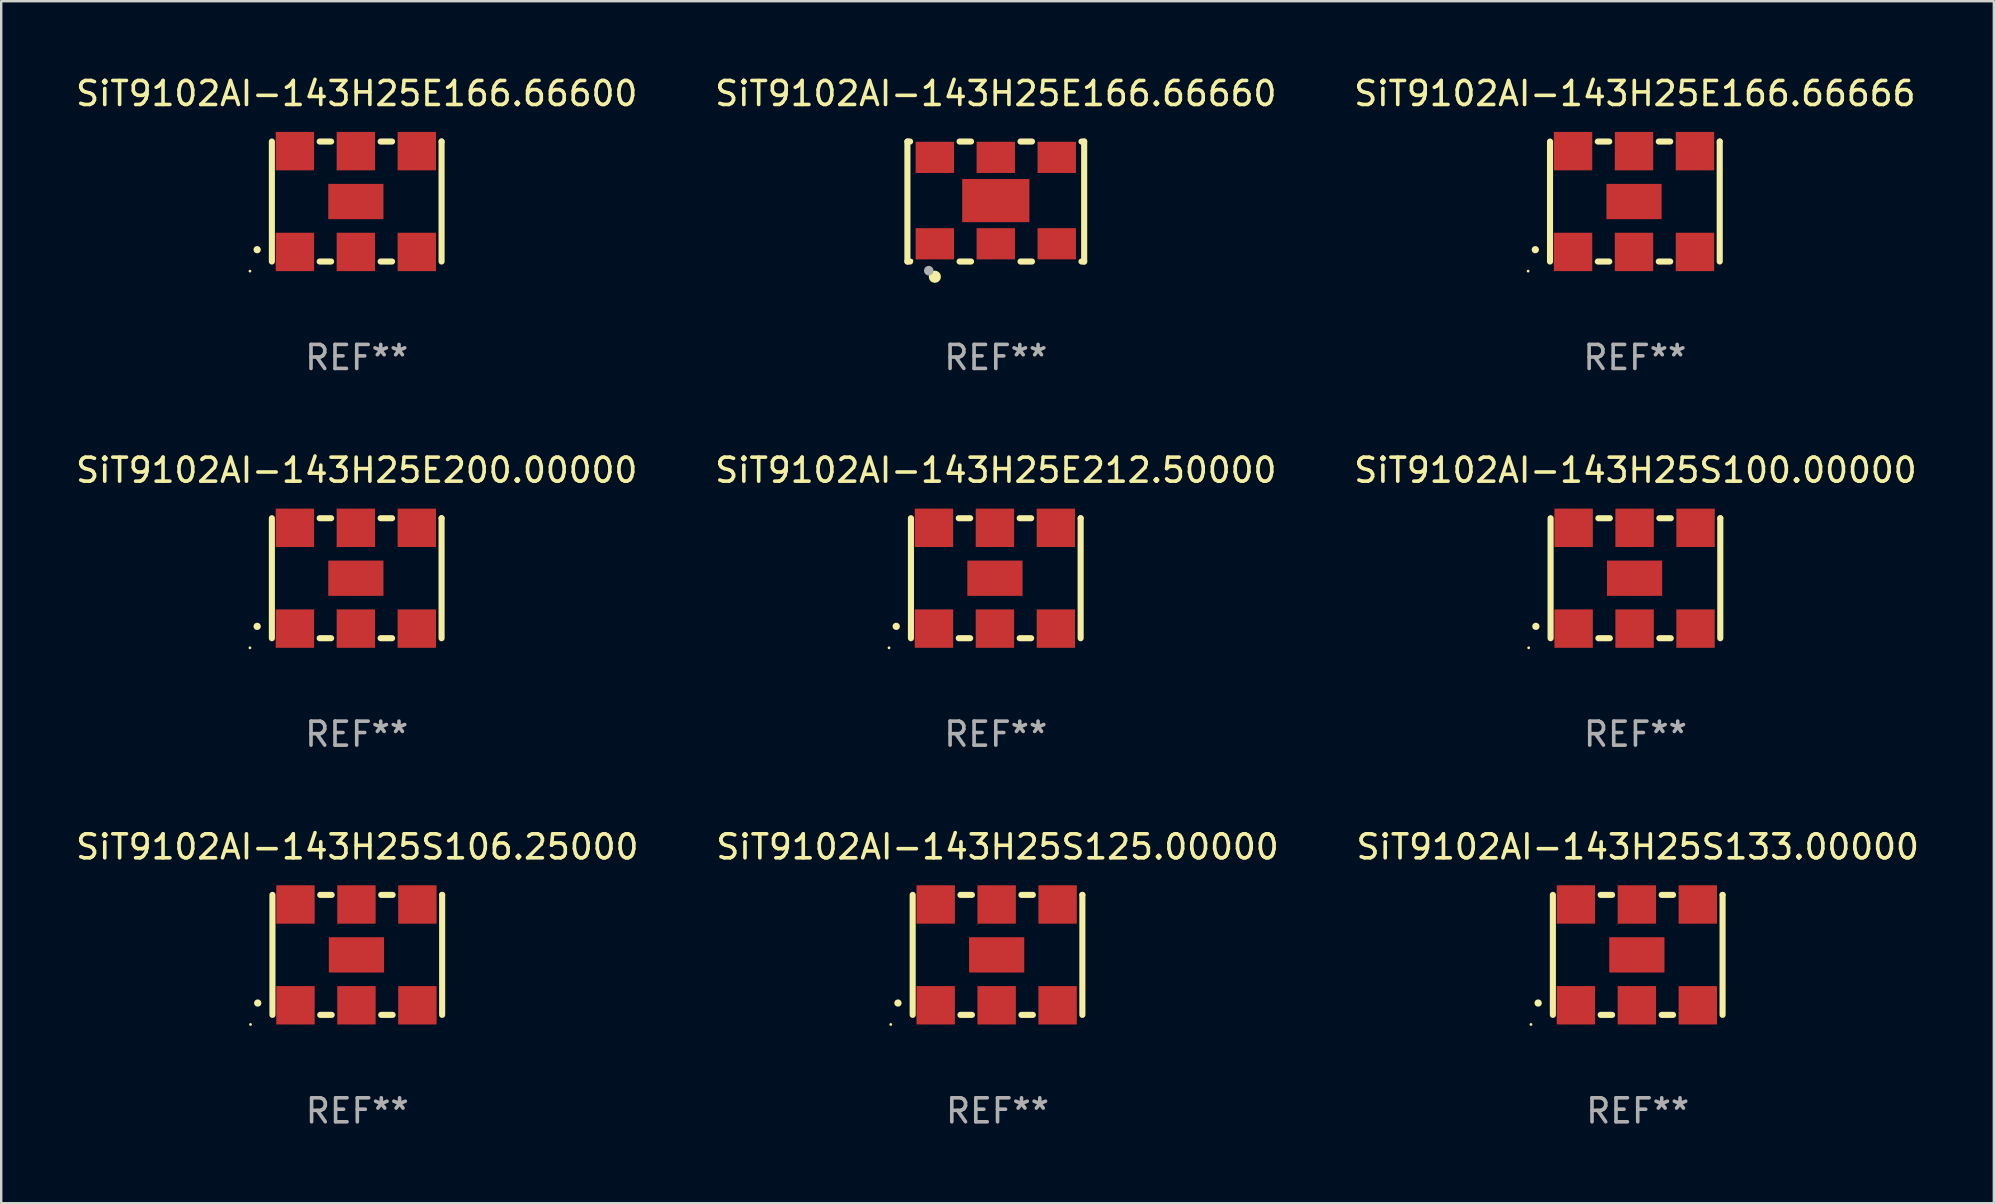
<source format=kicad_pcb>
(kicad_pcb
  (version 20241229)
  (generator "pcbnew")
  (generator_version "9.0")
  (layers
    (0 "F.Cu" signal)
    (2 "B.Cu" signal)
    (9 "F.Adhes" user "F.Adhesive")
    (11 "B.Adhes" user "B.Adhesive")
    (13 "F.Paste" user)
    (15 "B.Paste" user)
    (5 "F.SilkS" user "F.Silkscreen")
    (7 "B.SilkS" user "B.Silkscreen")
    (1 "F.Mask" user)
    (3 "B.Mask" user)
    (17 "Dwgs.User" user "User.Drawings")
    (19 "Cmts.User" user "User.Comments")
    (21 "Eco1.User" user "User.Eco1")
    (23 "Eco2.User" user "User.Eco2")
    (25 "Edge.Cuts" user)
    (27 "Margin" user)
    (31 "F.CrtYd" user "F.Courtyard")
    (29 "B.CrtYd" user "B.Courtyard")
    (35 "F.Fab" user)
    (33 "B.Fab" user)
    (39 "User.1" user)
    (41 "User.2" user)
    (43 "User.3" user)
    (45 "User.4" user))
  (footprint "SiT9102AI-143H25S106.25000"
    (layer "F.Cu")
    (at 11.839 36.741)
    (property "Reference" "SiT9102AI-143H25S106.25000" (at 0 -4.5 0) (layer "F.SilkS") (effects (font (size 1 1) (thickness 0.15))))
    (attr through_hole)
    (fp_line (start -3.536 -2.5) (end -3.536 2.5) (stroke (width 0.254) (type solid)) (layer "F.SilkS"))
    (fp_line (start -1.544 2.5) (end -1.067 2.5) (stroke (width 0.254) (type solid)) (layer "F.SilkS"))
    (fp_line (start -1.067 -2.5) (end -1.544 -2.5) (stroke (width 0.254) (type solid)) (layer "F.SilkS"))
    (fp_line (start 0.996 2.5) (end 1.473 2.5) (stroke (width 0.254) (type solid)) (layer "F.SilkS"))
    (fp_line (start 1.473 -2.5) (end 0.996 -2.5) (stroke (width 0.254) (type solid)) (layer "F.SilkS"))
    (fp_line (start 3.536 -2.5) (end 3.536 -2.5) (stroke (width 0.254) (type solid)) (layer "F.SilkS"))
    (fp_line (start 3.536 2.5) (end 3.536 -2.5) (stroke (width 0.254) (type solid)) (layer "F.SilkS"))
    (fp_arc (start -4.150432 2.006604) (mid -4.149162 2.006599) (end -4.147892 2.006604) (stroke (width 0.3) (type solid)) (layer "F.SilkS"))
    (fp_circle (center -4.449 2.9) (end -4.419 2.9) (stroke (width 0.06) (type solid)) (fill no) (layer "F.SilkS"))
    (fp_text user "REF**" (at 0 6.5 0) (layer "F.Fab") (effects (font (size 1 1) (thickness 0.15))))
    (pad "1" smd rect (at -2.576 2.1) (size 1.6 1.6) (layers "F.Cu" "F.Mask" "F.Paste"))
    (pad "2" smd rect (at -0.036 2.1) (size 1.6 1.6) (layers "F.Cu" "F.Mask" "F.Paste"))
    (pad "3" smd rect (at 2.504 2.1) (size 1.6 1.6) (layers "F.Cu" "F.Mask" "F.Paste"))
    (pad "4" smd rect (at 2.504 -2.1) (size 1.6 1.6) (layers "F.Cu" "F.Mask" "F.Paste"))
    (pad "5" smd rect (at -0.036 -2.1) (size 1.6 1.6) (layers "F.Cu" "F.Mask" "F.Paste"))
    (pad "6" smd rect (at -2.576 -2.1) (size 1.6 1.6) (layers "F.Cu" "F.Mask" "F.Paste"))
    (pad "7" smd rect (at -0.036 0) (size 2.3 1.47) (layers "F.Cu" "F.Mask" "F.Paste")))
  (footprint "SiT9102AI-143H25E166.66666"
    (layer "F.Cu")
    (at 65.077 5.348)
    (property "Reference" "SiT9102AI-143H25E166.66666" (at 0 -4.5 0) (layer "F.SilkS") (effects (font (size 1 1) (thickness 0.15))))
    (attr through_hole)
    (fp_line (start -3.536 -2.5) (end -3.536 2.5) (stroke (width 0.254) (type solid)) (layer "F.SilkS"))
    (fp_line (start -1.544 2.5) (end -1.067 2.5) (stroke (width 0.254) (type solid)) (layer "F.SilkS"))
    (fp_line (start -1.067 -2.5) (end -1.544 -2.5) (stroke (width 0.254) (type solid)) (layer "F.SilkS"))
    (fp_line (start 0.996 2.5) (end 1.473 2.5) (stroke (width 0.254) (type solid)) (layer "F.SilkS"))
    (fp_line (start 1.473 -2.5) (end 0.996 -2.5) (stroke (width 0.254) (type solid)) (layer "F.SilkS"))
    (fp_line (start 3.536 -2.5) (end 3.536 -2.5) (stroke (width 0.254) (type solid)) (layer "F.SilkS"))
    (fp_line (start 3.536 2.5) (end 3.536 -2.5) (stroke (width 0.254) (type solid)) (layer "F.SilkS"))
    (fp_arc (start -4.150432 2.006604) (mid -4.149162 2.006599) (end -4.147892 2.006604) (stroke (width 0.3) (type solid)) (layer "F.SilkS"))
    (fp_circle (center -4.449 2.9) (end -4.419 2.9) (stroke (width 0.06) (type solid)) (fill no) (layer "F.SilkS"))
    (fp_text user "REF**" (at 0 6.5 0) (layer "F.Fab") (effects (font (size 1 1) (thickness 0.15))))
    (pad "1" smd rect (at -2.576 2.1) (size 1.6 1.6) (layers "F.Cu" "F.Mask" "F.Paste"))
    (pad "2" smd rect (at -0.036 2.1) (size 1.6 1.6) (layers "F.Cu" "F.Mask" "F.Paste"))
    (pad "3" smd rect (at 2.504 2.1) (size 1.6 1.6) (layers "F.Cu" "F.Mask" "F.Paste"))
    (pad "4" smd rect (at 2.504 -2.1) (size 1.6 1.6) (layers "F.Cu" "F.Mask" "F.Paste"))
    (pad "5" smd rect (at -0.036 -2.1) (size 1.6 1.6) (layers "F.Cu" "F.Mask" "F.Paste"))
    (pad "6" smd rect (at -2.576 -2.1) (size 1.6 1.6) (layers "F.Cu" "F.Mask" "F.Paste"))
    (pad "7" smd rect (at -0.036 0) (size 2.3 1.47) (layers "F.Cu" "F.Mask" "F.Paste")))
  (footprint "SiT9102AI-143H25E212.50000"
    (layer "F.Cu")
    (at 38.446 21.045)
    (property "Reference" "SiT9102AI-143H25E212.50000" (at 0 -4.5 0) (layer "F.SilkS") (effects (font (size 1 1) (thickness 0.15))))
    (attr through_hole)
    (fp_line (start -3.536 -2.5) (end -3.536 2.5) (stroke (width 0.254) (type solid)) (layer "F.SilkS"))
    (fp_line (start -1.544 2.5) (end -1.067 2.5) (stroke (width 0.254) (type solid)) (layer "F.SilkS"))
    (fp_line (start -1.067 -2.5) (end -1.544 -2.5) (stroke (width 0.254) (type solid)) (layer "F.SilkS"))
    (fp_line (start 0.996 2.5) (end 1.473 2.5) (stroke (width 0.254) (type solid)) (layer "F.SilkS"))
    (fp_line (start 1.473 -2.5) (end 0.996 -2.5) (stroke (width 0.254) (type solid)) (layer "F.SilkS"))
    (fp_line (start 3.536 -2.5) (end 3.536 -2.5) (stroke (width 0.254) (type solid)) (layer "F.SilkS"))
    (fp_line (start 3.536 2.5) (end 3.536 -2.5) (stroke (width 0.254) (type solid)) (layer "F.SilkS"))
    (fp_arc (start -4.150432 2.006604) (mid -4.149162 2.006599) (end -4.147892 2.006604) (stroke (width 0.3) (type solid)) (layer "F.SilkS"))
    (fp_circle (center -4.449 2.9) (end -4.419 2.9) (stroke (width 0.06) (type solid)) (fill no) (layer "F.SilkS"))
    (fp_text user "REF**" (at 0 6.5 0) (layer "F.Fab") (effects (font (size 1 1) (thickness 0.15))))
    (pad "1" smd rect (at -2.576 2.1) (size 1.6 1.6) (layers "F.Cu" "F.Mask" "F.Paste"))
    (pad "2" smd rect (at -0.036 2.1) (size 1.6 1.6) (layers "F.Cu" "F.Mask" "F.Paste"))
    (pad "3" smd rect (at 2.504 2.1) (size 1.6 1.6) (layers "F.Cu" "F.Mask" "F.Paste"))
    (pad "4" smd rect (at 2.504 -2.1) (size 1.6 1.6) (layers "F.Cu" "F.Mask" "F.Paste"))
    (pad "5" smd rect (at -0.036 -2.1) (size 1.6 1.6) (layers "F.Cu" "F.Mask" "F.Paste"))
    (pad "6" smd rect (at -2.576 -2.1) (size 1.6 1.6) (layers "F.Cu" "F.Mask" "F.Paste"))
    (pad "7" smd rect (at -0.036 0) (size 2.3 1.47) (layers "F.Cu" "F.Mask" "F.Paste")))
  (footprint "SiT9102AI-143H25S100.00000"
    (layer "F.Cu")
    (at 65.101 21.045)
    (property "Reference" "SiT9102AI-143H25S100.00000" (at 0 -4.5 0) (layer "F.SilkS") (effects (font (size 1 1) (thickness 0.15))))
    (attr through_hole)
    (fp_line (start -3.536 -2.5) (end -3.536 2.5) (stroke (width 0.254) (type solid)) (layer "F.SilkS"))
    (fp_line (start -1.544 2.5) (end -1.067 2.5) (stroke (width 0.254) (type solid)) (layer "F.SilkS"))
    (fp_line (start -1.067 -2.5) (end -1.544 -2.5) (stroke (width 0.254) (type solid)) (layer "F.SilkS"))
    (fp_line (start 0.996 2.5) (end 1.473 2.5) (stroke (width 0.254) (type solid)) (layer "F.SilkS"))
    (fp_line (start 1.473 -2.5) (end 0.996 -2.5) (stroke (width 0.254) (type solid)) (layer "F.SilkS"))
    (fp_line (start 3.536 -2.5) (end 3.536 -2.5) (stroke (width 0.254) (type solid)) (layer "F.SilkS"))
    (fp_line (start 3.536 2.5) (end 3.536 -2.5) (stroke (width 0.254) (type solid)) (layer "F.SilkS"))
    (fp_arc (start -4.150432 2.006604) (mid -4.149162 2.006599) (end -4.147892 2.006604) (stroke (width 0.3) (type solid)) (layer "F.SilkS"))
    (fp_circle (center -4.449 2.9) (end -4.419 2.9) (stroke (width 0.06) (type solid)) (fill no) (layer "F.SilkS"))
    (fp_text user "REF**" (at 0 6.5 0) (layer "F.Fab") (effects (font (size 1 1) (thickness 0.15))))
    (pad "1" smd rect (at -2.576 2.1) (size 1.6 1.6) (layers "F.Cu" "F.Mask" "F.Paste"))
    (pad "2" smd rect (at -0.036 2.1) (size 1.6 1.6) (layers "F.Cu" "F.Mask" "F.Paste"))
    (pad "3" smd rect (at 2.504 2.1) (size 1.6 1.6) (layers "F.Cu" "F.Mask" "F.Paste"))
    (pad "4" smd rect (at 2.504 -2.1) (size 1.6 1.6) (layers "F.Cu" "F.Mask" "F.Paste"))
    (pad "5" smd rect (at -0.036 -2.1) (size 1.6 1.6) (layers "F.Cu" "F.Mask" "F.Paste"))
    (pad "6" smd rect (at -2.576 -2.1) (size 1.6 1.6) (layers "F.Cu" "F.Mask" "F.Paste"))
    (pad "7" smd rect (at -0.036 0) (size 2.3 1.47) (layers "F.Cu" "F.Mask" "F.Paste")))
  (footprint "SiT9102AI-143H25E166.66660"
    (layer "F.Cu")
    (at 38.446 5.348)
    (property "Reference" "SiT9102AI-143H25E166.66660" (at 0 -4.5 0) (layer "F.SilkS") (effects (font (size 1 1) (thickness 0.15))))
    (attr through_hole)
    (fp_line (start -3.683 -2.5) (end -3.571 -2.5) (stroke (width 0.254) (type solid)) (layer "F.SilkS"))
    (fp_line (start -3.683 2.5) (end -3.683 -2.5) (stroke (width 0.254) (type solid)) (layer "F.SilkS"))
    (fp_line (start -3.683 2.5) (end -3.571 2.5) (stroke (width 0.254) (type solid)) (layer "F.SilkS"))
    (fp_line (start -1.509 -2.5) (end -1.031 -2.5) (stroke (width 0.254) (type solid)) (layer "F.SilkS"))
    (fp_line (start -1.509 2.5) (end -1.031 2.5) (stroke (width 0.254) (type solid)) (layer "F.SilkS"))
    (fp_line (start 1.031 -2.5) (end 1.509 -2.5) (stroke (width 0.254) (type solid)) (layer "F.SilkS"))
    (fp_line (start 1.031 2.5) (end 1.509 2.5) (stroke (width 0.254) (type solid)) (layer "F.SilkS"))
    (fp_line (start 3.571 -2.5) (end 3.683 -2.5) (stroke (width 0.254) (type solid)) (layer "F.SilkS"))
    (fp_line (start 3.571 2.5) (end 3.683 2.5) (stroke (width 0.254) (type solid)) (layer "F.SilkS"))
    (fp_line (start 3.683 2.5) (end 3.683 -2.5) (stroke (width 0.254) (type solid)) (layer "F.SilkS"))
    (fp_circle (center -3.5 2.46) (end -3.47 2.46) (stroke (width 0.06) (type solid)) (fill no) (layer "F.SilkS"))
    (fp_circle (center -2.54 3.135) (end -2.413 3.135) (stroke (width 0.254) (type solid)) (fill no) (layer "F.SilkS"))
    (fp_circle (center -2.794 2.881) (end -2.694 2.881) (stroke (width 0.2) (type solid)) (fill no) (layer "F.Fab"))
    (fp_text user "REF**" (at 0 6.5 0) (layer "F.Fab") (effects (font (size 1 1) (thickness 0.15))))
    (pad "1" smd rect (at -2.54 1.76) (size 1.6 1.3) (layers "F.Cu" "F.Mask" "F.Paste"))
    (pad "2" smd rect (at 0 1.76) (size 1.6 1.3) (layers "F.Cu" "F.Mask" "F.Paste"))
    (pad "3" smd rect (at 2.54 1.76) (size 1.6 1.3) (layers "F.Cu" "F.Mask" "F.Paste"))
    (pad "4" smd rect (at 2.54 -1.84) (size 1.6 1.3) (layers "F.Cu" "F.Mask" "F.Paste"))
    (pad "5" smd rect (at 0 -1.84) (size 1.6 1.3) (layers "F.Cu" "F.Mask" "F.Paste"))
    (pad "6" smd rect (at -2.54 -1.84) (size 1.6 1.3) (layers "F.Cu" "F.Mask" "F.Paste"))
    (pad "7" smd rect (at 0 -0.04) (size 2.8 1.8) (layers "F.Cu" "F.Mask" "F.Paste")))
  (footprint "SiT9102AI-143H25E166.66600"
    (layer "F.Cu")
    (at 11.815 5.348)
    (property "Reference" "SiT9102AI-143H25E166.66600" (at 0 -4.5 0) (layer "F.SilkS") (effects (font (size 1 1) (thickness 0.15))))
    (attr through_hole)
    (fp_line (start -3.536 -2.5) (end -3.536 2.5) (stroke (width 0.254) (type solid)) (layer "F.SilkS"))
    (fp_line (start -1.544 2.5) (end -1.067 2.5) (stroke (width 0.254) (type solid)) (layer "F.SilkS"))
    (fp_line (start -1.067 -2.5) (end -1.544 -2.5) (stroke (width 0.254) (type solid)) (layer "F.SilkS"))
    (fp_line (start 0.996 2.5) (end 1.473 2.5) (stroke (width 0.254) (type solid)) (layer "F.SilkS"))
    (fp_line (start 1.473 -2.5) (end 0.996 -2.5) (stroke (width 0.254) (type solid)) (layer "F.SilkS"))
    (fp_line (start 3.536 -2.5) (end 3.536 -2.5) (stroke (width 0.254) (type solid)) (layer "F.SilkS"))
    (fp_line (start 3.536 2.5) (end 3.536 -2.5) (stroke (width 0.254) (type solid)) (layer "F.SilkS"))
    (fp_arc (start -4.150432 2.006604) (mid -4.149162 2.006599) (end -4.147892 2.006604) (stroke (width 0.3) (type solid)) (layer "F.SilkS"))
    (fp_circle (center -4.449 2.9) (end -4.419 2.9) (stroke (width 0.06) (type solid)) (fill no) (layer "F.SilkS"))
    (fp_text user "REF**" (at 0 6.5 0) (layer "F.Fab") (effects (font (size 1 1) (thickness 0.15))))
    (pad "1" smd rect (at -2.576 2.1) (size 1.6 1.6) (layers "F.Cu" "F.Mask" "F.Paste"))
    (pad "2" smd rect (at -0.036 2.1) (size 1.6 1.6) (layers "F.Cu" "F.Mask" "F.Paste"))
    (pad "3" smd rect (at 2.504 2.1) (size 1.6 1.6) (layers "F.Cu" "F.Mask" "F.Paste"))
    (pad "4" smd rect (at 2.504 -2.1) (size 1.6 1.6) (layers "F.Cu" "F.Mask" "F.Paste"))
    (pad "5" smd rect (at -0.036 -2.1) (size 1.6 1.6) (layers "F.Cu" "F.Mask" "F.Paste"))
    (pad "6" smd rect (at -2.576 -2.1) (size 1.6 1.6) (layers "F.Cu" "F.Mask" "F.Paste"))
    (pad "7" smd rect (at -0.036 0) (size 2.3 1.47) (layers "F.Cu" "F.Mask" "F.Paste")))
  (footprint "SiT9102AI-143H25E200.00000"
    (layer "F.Cu")
    (at 11.815 21.045)
    (property "Reference" "SiT9102AI-143H25E200.00000" (at 0 -4.5 0) (layer "F.SilkS") (effects (font (size 1 1) (thickness 0.15))))
    (attr through_hole)
    (fp_line (start -3.536 -2.5) (end -3.536 2.5) (stroke (width 0.254) (type solid)) (layer "F.SilkS"))
    (fp_line (start -1.544 2.5) (end -1.067 2.5) (stroke (width 0.254) (type solid)) (layer "F.SilkS"))
    (fp_line (start -1.067 -2.5) (end -1.544 -2.5) (stroke (width 0.254) (type solid)) (layer "F.SilkS"))
    (fp_line (start 0.996 2.5) (end 1.473 2.5) (stroke (width 0.254) (type solid)) (layer "F.SilkS"))
    (fp_line (start 1.473 -2.5) (end 0.996 -2.5) (stroke (width 0.254) (type solid)) (layer "F.SilkS"))
    (fp_line (start 3.536 -2.5) (end 3.536 -2.5) (stroke (width 0.254) (type solid)) (layer "F.SilkS"))
    (fp_line (start 3.536 2.5) (end 3.536 -2.5) (stroke (width 0.254) (type solid)) (layer "F.SilkS"))
    (fp_arc (start -4.150432 2.006604) (mid -4.149162 2.006599) (end -4.147892 2.006604) (stroke (width 0.3) (type solid)) (layer "F.SilkS"))
    (fp_circle (center -4.449 2.9) (end -4.419 2.9) (stroke (width 0.06) (type solid)) (fill no) (layer "F.SilkS"))
    (fp_text user "REF**" (at 0 6.5 0) (layer "F.Fab") (effects (font (size 1 1) (thickness 0.15))))
    (pad "1" smd rect (at -2.576 2.1) (size 1.6 1.6) (layers "F.Cu" "F.Mask" "F.Paste"))
    (pad "2" smd rect (at -0.036 2.1) (size 1.6 1.6) (layers "F.Cu" "F.Mask" "F.Paste"))
    (pad "3" smd rect (at 2.504 2.1) (size 1.6 1.6) (layers "F.Cu" "F.Mask" "F.Paste"))
    (pad "4" smd rect (at 2.504 -2.1) (size 1.6 1.6) (layers "F.Cu" "F.Mask" "F.Paste"))
    (pad "5" smd rect (at -0.036 -2.1) (size 1.6 1.6) (layers "F.Cu" "F.Mask" "F.Paste"))
    (pad "6" smd rect (at -2.576 -2.1) (size 1.6 1.6) (layers "F.Cu" "F.Mask" "F.Paste"))
    (pad "7" smd rect (at -0.036 0) (size 2.3 1.47) (layers "F.Cu" "F.Mask" "F.Paste")))
  (footprint "SiT9102AI-143H25S125.00000"
    (layer "F.Cu")
    (at 38.518 36.741)
    (property "Reference" "SiT9102AI-143H25S125.00000" (at 0 -4.5 0) (layer "F.SilkS") (effects (font (size 1 1) (thickness 0.15))))
    (attr through_hole)
    (fp_line (start -3.536 -2.5) (end -3.536 2.5) (stroke (width 0.254) (type solid)) (layer "F.SilkS"))
    (fp_line (start -1.544 2.5) (end -1.067 2.5) (stroke (width 0.254) (type solid)) (layer "F.SilkS"))
    (fp_line (start -1.067 -2.5) (end -1.544 -2.5) (stroke (width 0.254) (type solid)) (layer "F.SilkS"))
    (fp_line (start 0.996 2.5) (end 1.473 2.5) (stroke (width 0.254) (type solid)) (layer "F.SilkS"))
    (fp_line (start 1.473 -2.5) (end 0.996 -2.5) (stroke (width 0.254) (type solid)) (layer "F.SilkS"))
    (fp_line (start 3.536 -2.5) (end 3.536 -2.5) (stroke (width 0.254) (type solid)) (layer "F.SilkS"))
    (fp_line (start 3.536 2.5) (end 3.536 -2.5) (stroke (width 0.254) (type solid)) (layer "F.SilkS"))
    (fp_arc (start -4.150432 2.006604) (mid -4.149162 2.006599) (end -4.147892 2.006604) (stroke (width 0.3) (type solid)) (layer "F.SilkS"))
    (fp_circle (center -4.449 2.9) (end -4.419 2.9) (stroke (width 0.06) (type solid)) (fill no) (layer "F.SilkS"))
    (fp_text user "REF**" (at 0 6.5 0) (layer "F.Fab") (effects (font (size 1 1) (thickness 0.15))))
    (pad "1" smd rect (at -2.576 2.1) (size 1.6 1.6) (layers "F.Cu" "F.Mask" "F.Paste"))
    (pad "2" smd rect (at -0.036 2.1) (size 1.6 1.6) (layers "F.Cu" "F.Mask" "F.Paste"))
    (pad "3" smd rect (at 2.504 2.1) (size 1.6 1.6) (layers "F.Cu" "F.Mask" "F.Paste"))
    (pad "4" smd rect (at 2.504 -2.1) (size 1.6 1.6) (layers "F.Cu" "F.Mask" "F.Paste"))
    (pad "5" smd rect (at -0.036 -2.1) (size 1.6 1.6) (layers "F.Cu" "F.Mask" "F.Paste"))
    (pad "6" smd rect (at -2.576 -2.1) (size 1.6 1.6) (layers "F.Cu" "F.Mask" "F.Paste"))
    (pad "7" smd rect (at -0.036 0) (size 2.3 1.47) (layers "F.Cu" "F.Mask" "F.Paste")))
  (footprint "SiT9102AI-143H25S133.00000"
    (layer "F.Cu")
    (at 65.196 36.741)
    (property "Reference" "SiT9102AI-143H25S133.00000" (at 0 -4.5 0) (layer "F.SilkS") (effects (font (size 1 1) (thickness 0.15))))
    (attr through_hole)
    (fp_line (start -3.536 -2.5) (end -3.536 2.5) (stroke (width 0.254) (type solid)) (layer "F.SilkS"))
    (fp_line (start -1.544 2.5) (end -1.067 2.5) (stroke (width 0.254) (type solid)) (layer "F.SilkS"))
    (fp_line (start -1.067 -2.5) (end -1.544 -2.5) (stroke (width 0.254) (type solid)) (layer "F.SilkS"))
    (fp_line (start 0.996 2.5) (end 1.473 2.5) (stroke (width 0.254) (type solid)) (layer "F.SilkS"))
    (fp_line (start 1.473 -2.5) (end 0.996 -2.5) (stroke (width 0.254) (type solid)) (layer "F.SilkS"))
    (fp_line (start 3.536 -2.5) (end 3.536 -2.5) (stroke (width 0.254) (type solid)) (layer "F.SilkS"))
    (fp_line (start 3.536 2.5) (end 3.536 -2.5) (stroke (width 0.254) (type solid)) (layer "F.SilkS"))
    (fp_arc (start -4.150432 2.006604) (mid -4.149162 2.006599) (end -4.147892 2.006604) (stroke (width 0.3) (type solid)) (layer "F.SilkS"))
    (fp_circle (center -4.449 2.9) (end -4.419 2.9) (stroke (width 0.06) (type solid)) (fill no) (layer "F.SilkS"))
    (fp_text user "REF**" (at 0 6.5 0) (layer "F.Fab") (effects (font (size 1 1) (thickness 0.15))))
    (pad "1" smd rect (at -2.576 2.1) (size 1.6 1.6) (layers "F.Cu" "F.Mask" "F.Paste"))
    (pad "2" smd rect (at -0.036 2.1) (size 1.6 1.6) (layers "F.Cu" "F.Mask" "F.Paste"))
    (pad "3" smd rect (at 2.504 2.1) (size 1.6 1.6) (layers "F.Cu" "F.Mask" "F.Paste"))
    (pad "4" smd rect (at 2.504 -2.1) (size 1.6 1.6) (layers "F.Cu" "F.Mask" "F.Paste"))
    (pad "5" smd rect (at -0.036 -2.1) (size 1.6 1.6) (layers "F.Cu" "F.Mask" "F.Paste"))
    (pad "6" smd rect (at -2.576 -2.1) (size 1.6 1.6) (layers "F.Cu" "F.Mask" "F.Paste"))
    (pad "7" smd rect (at -0.036 0) (size 2.3 1.47) (layers "F.Cu" "F.Mask" "F.Paste")))
  (gr_rect
    (start -3 -3)
    (end 80.036 47.09)
    (stroke (width 0.1) (type default))
    (fill no)
    (layer "Edge.Cuts")))
</source>
